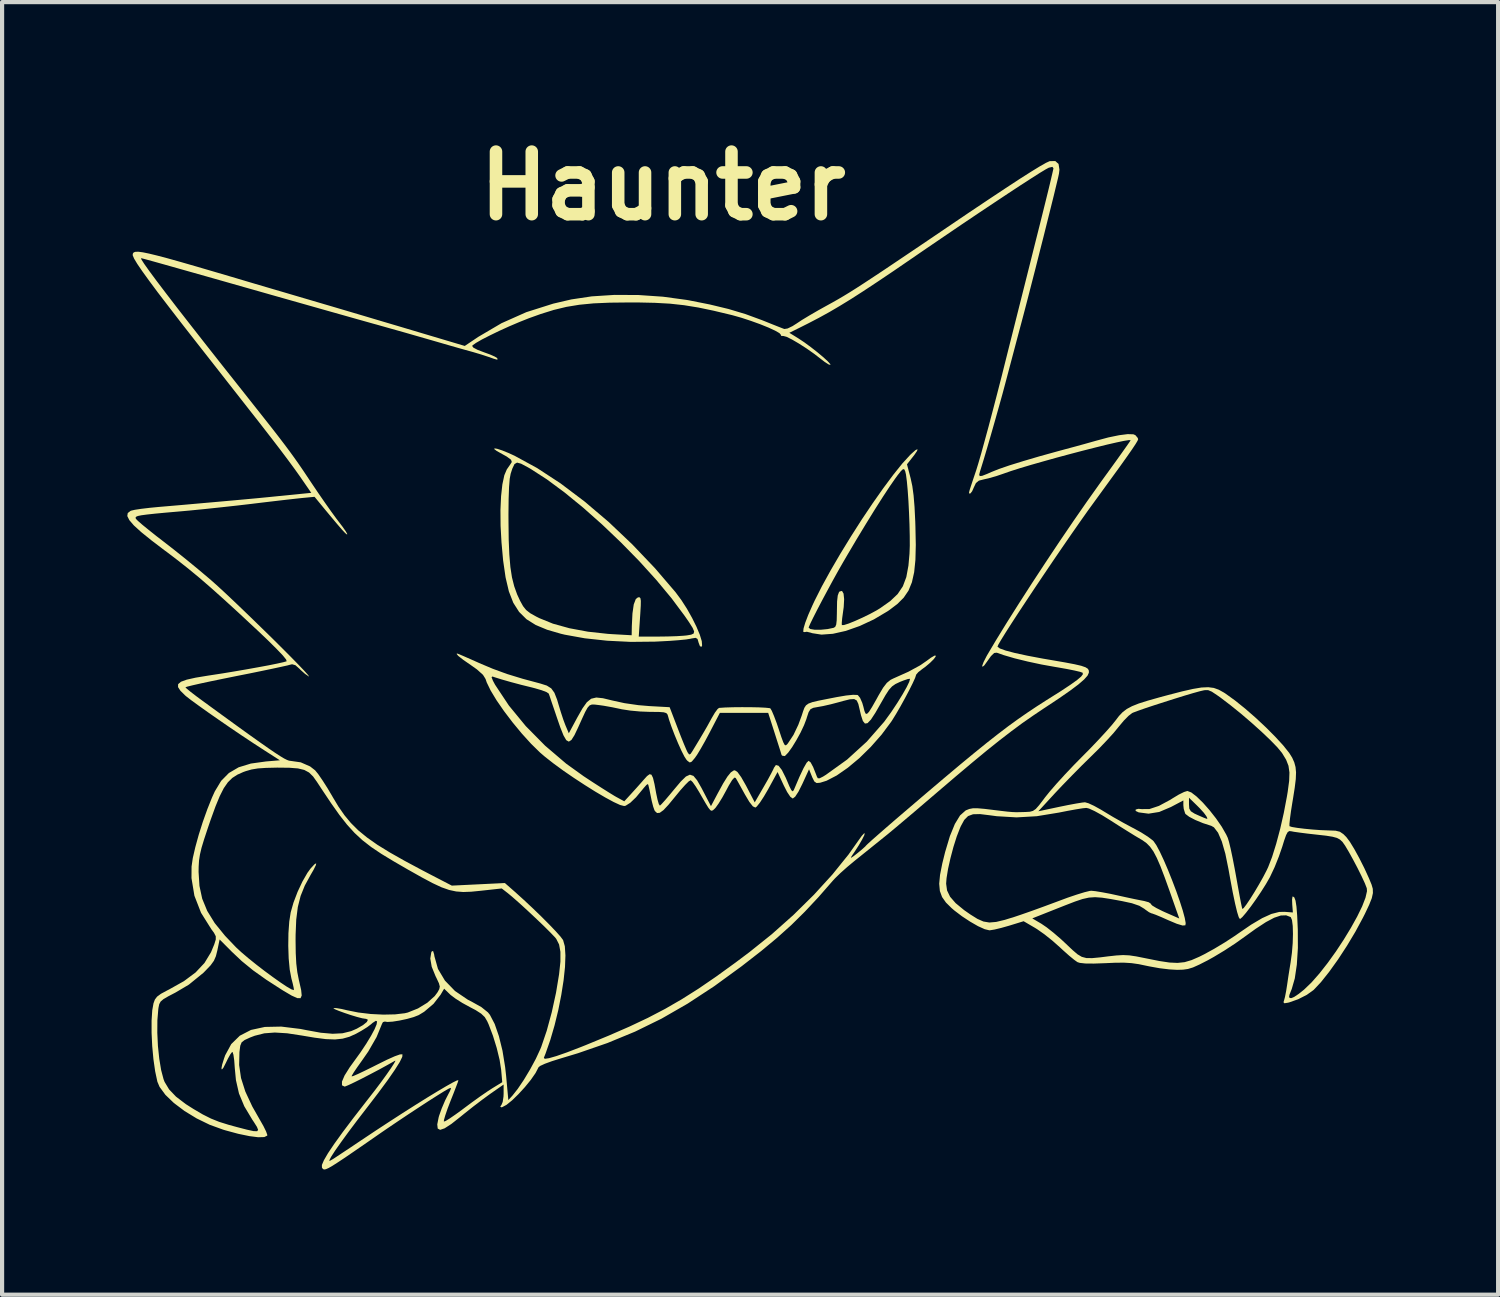
<source format=kicad_pcb>
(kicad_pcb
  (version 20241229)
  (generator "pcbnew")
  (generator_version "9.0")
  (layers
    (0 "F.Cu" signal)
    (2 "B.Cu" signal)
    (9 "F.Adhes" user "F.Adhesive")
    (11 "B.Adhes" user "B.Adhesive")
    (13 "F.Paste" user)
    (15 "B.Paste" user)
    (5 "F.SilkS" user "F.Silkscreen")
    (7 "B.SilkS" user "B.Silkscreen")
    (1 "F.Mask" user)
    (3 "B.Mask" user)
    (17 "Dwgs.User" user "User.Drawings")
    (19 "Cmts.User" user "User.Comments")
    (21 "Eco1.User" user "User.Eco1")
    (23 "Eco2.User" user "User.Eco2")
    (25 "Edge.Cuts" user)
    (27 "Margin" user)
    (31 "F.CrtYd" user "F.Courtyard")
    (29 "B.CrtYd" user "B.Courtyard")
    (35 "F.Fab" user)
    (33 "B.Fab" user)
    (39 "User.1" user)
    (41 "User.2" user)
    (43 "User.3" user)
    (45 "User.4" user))
  (footprint "Haunter"
    (layer "F.Cu")
    (at 14.677 22.044)
    (property "Reference" "Haunter" (at -1.843 -20.64 0) (layer "F.SilkS") (effects (font (size 1.5 1.5) (thickness 0.3))))
    (attr board_only exclude_from_pos_files exclude_from_bom)
    (fp_poly (pts (xy 4.248 -14.292) (xy 4.179 -14.19) (xy 4.135 -14.134) (xy 4.005 -13.969) (xy 4.093 -13.631) (xy 4.133 -13.446) (xy 4.163 -13.224) (xy 4.186 -12.947) (xy 4.203 -12.602) (xy 4.207 -12.476) (xy 4.216 -12.039) (xy 4.207 -11.678) (xy 4.177 -11.383) (xy 4.123 -11.142) (xy 4.041 -10.942) (xy 3.926 -10.773) (xy 3.774 -10.622) (xy 3.583 -10.477) (xy 3.542 -10.449) (xy 3.212 -10.253) (xy 2.873 -10.095) (xy 2.541 -9.978) (xy 2.23 -9.908) (xy 1.956 -9.888) (xy 1.732 -9.923) (xy 1.701 -9.934) (xy 1.604 -9.957) (xy 1.55 -9.948) (xy 1.519 -9.956) (xy 1.526 -10.033) (xy 1.532 -10.055) (xy 1.649 -10.055) (xy 1.689 -10.022) (xy 1.794 -10.005) (xy 1.94 -10.005) (xy 2.103 -10.021) (xy 2.247 -10.051) (xy 2.285 -10.074) (xy 2.309 -10.128) (xy 2.321 -10.23) (xy 2.325 -10.4) (xy 2.326 -10.47) (xy 2.33 -10.685) (xy 2.346 -10.825) (xy 2.375 -10.904) (xy 2.391 -10.922) (xy 2.448 -10.935) (xy 2.485 -10.871) (xy 2.499 -10.738) (xy 2.489 -10.549) (xy 2.473 -10.433) (xy 2.452 -10.279) (xy 2.442 -10.165) (xy 2.444 -10.116) (xy 2.496 -10.118) (xy 2.609 -10.154) (xy 2.762 -10.216) (xy 2.938 -10.295) (xy 3.116 -10.382) (xy 3.277 -10.469) (xy 3.365 -10.523) (xy 3.604 -10.692) (xy 3.781 -10.86) (xy 3.906 -11.046) (xy 3.989 -11.267) (xy 4.04 -11.543) (xy 4.065 -11.826) (xy 4.072 -12.015) (xy 4.071 -12.253) (xy 4.065 -12.523) (xy 4.054 -12.806) (xy 4.04 -13.086) (xy 4.022 -13.344) (xy 4.002 -13.562) (xy 3.981 -13.723) (xy 3.963 -13.801) (xy 3.94 -13.848) (xy 3.91 -13.853) (xy 3.861 -13.809) (xy 3.779 -13.705) (xy 3.718 -13.621) (xy 3.589 -13.435) (xy 3.424 -13.184) (xy 3.232 -12.882) (xy 3.022 -12.542) (xy 2.802 -12.179) (xy 2.581 -11.805) (xy 2.473 -11.62) (xy 2.355 -11.414) (xy 2.227 -11.183) (xy 2.096 -10.941) (xy 1.969 -10.704) (xy 1.854 -10.484) (xy 1.758 -10.295) (xy 1.688 -10.152) (xy 1.652 -10.069) (xy 1.649 -10.055) (xy 1.532 -10.055) (xy 1.567 -10.172) (xy 1.639 -10.361) (xy 1.74 -10.59) (xy 1.789 -10.695) (xy 1.965 -11.044) (xy 2.175 -11.426) (xy 2.41 -11.829) (xy 2.662 -12.24) (xy 2.922 -12.647) (xy 3.184 -13.037) (xy 3.439 -13.399) (xy 3.678 -13.72) (xy 3.893 -13.988) (xy 4.077 -14.189) (xy 4.103 -14.215) (xy 4.208 -14.308) (xy 4.257 -14.332)) (stroke (width 0) (type solid)) (fill yes) (layer "F.SilkS"))
    (fp_poly (pts (xy -5.812 -14.34) (xy -5.698 -14.303) (xy -5.545 -14.241) (xy -5.398 -14.174) (xy -4.859 -13.88) (xy -4.296 -13.512) (xy -3.721 -13.078) (xy -3.145 -12.589) (xy -2.579 -12.052) (xy -2.033 -11.479) (xy -1.542 -10.906) (xy -1.402 -10.717) (xy -1.267 -10.507) (xy -1.144 -10.288) (xy -1.039 -10.076) (xy -0.959 -9.885) (xy -0.912 -9.731) (xy -0.904 -9.627) (xy -0.923 -9.593) (xy -0.957 -9.614) (xy -0.989 -9.697) (xy -0.989 -9.7) (xy -1.014 -9.784) (xy -1.058 -9.811) (xy -1.15 -9.797) (xy -1.185 -9.789) (xy -1.289 -9.772) (xy -1.462 -9.755) (xy -1.684 -9.738) (xy -1.933 -9.725) (xy -2.036 -9.72) (xy -2.614 -9.714) (xy -3.181 -9.742) (xy -3.715 -9.8) (xy -4.192 -9.886) (xy -4.289 -9.909) (xy -4.618 -10.005) (xy -4.89 -10.118) (xy -5.112 -10.257) (xy -5.289 -10.432) (xy -5.428 -10.65) (xy -5.534 -10.923) (xy -5.613 -11.259) (xy -5.672 -11.666) (xy -5.711 -12.1) (xy -5.733 -12.498) (xy -5.735 -12.766) (xy -5.544 -12.766) (xy -5.543 -12.593) (xy -5.538 -12.16) (xy -5.523 -11.803) (xy -5.498 -11.507) (xy -5.46 -11.26) (xy -5.406 -11.046) (xy -5.336 -10.851) (xy -5.265 -10.698) (xy -5.194 -10.57) (xy -5.121 -10.478) (xy -5.024 -10.402) (xy -4.876 -10.319) (xy -4.802 -10.282) (xy -4.477 -10.15) (xy -4.083 -10.041) (xy -3.638 -9.958) (xy -3.161 -9.906) (xy -3.054 -9.899) (xy -2.592 -9.873) (xy -2.588 -10.094) (xy -2.573 -10.395) (xy -2.542 -10.611) (xy -2.493 -10.74) (xy -2.441 -10.781) (xy -2.404 -10.783) (xy -2.382 -10.76) (xy -2.372 -10.698) (xy -2.374 -10.581) (xy -2.385 -10.395) (xy -2.39 -10.319) (xy -2.422 -9.841) (xy -1.95 -9.841) (xy -1.726 -9.844) (xy -1.512 -9.851) (xy -1.34 -9.862) (xy -1.271 -9.869) (xy -1.166 -9.887) (xy -1.107 -9.914) (xy -1.095 -9.965) (xy -1.132 -10.051) (xy -1.218 -10.187) (xy -1.322 -10.337) (xy -1.637 -10.76) (xy -2.004 -11.201) (xy -2.412 -11.651) (xy -2.848 -12.096) (xy -3.299 -12.526) (xy -3.753 -12.929) (xy -4.198 -13.293) (xy -4.622 -13.607) (xy -5.012 -13.859) (xy -5.089 -13.903) (xy -5.242 -13.984) (xy -5.338 -14.01) (xy -5.4 -13.974) (xy -5.451 -13.866) (xy -5.491 -13.744) (xy -5.514 -13.621) (xy -5.53 -13.42) (xy -5.54 -13.136) (xy -5.544 -12.766) (xy -5.735 -12.766) (xy -5.736 -12.87) (xy -5.721 -13.204) (xy -5.69 -13.487) (xy -5.643 -13.707) (xy -5.582 -13.85) (xy -5.577 -13.856) (xy -5.508 -13.955) (xy -5.464 -14.024) (xy -5.482 -14.078) (xy -5.586 -14.155) (xy -5.692 -14.214) (xy -5.826 -14.289) (xy -5.885 -14.334) (xy -5.877 -14.351)) (stroke (width 0) (type solid)) (fill yes) (layer "F.SilkS"))
    (fp_poly (pts (xy -6.725 -9.418) (xy -6.613 -9.37) (xy -6.451 -9.299) (xy -6.258 -9.213) (xy -6.248 -9.208) (xy -5.918 -9.069) (xy -5.579 -8.945) (xy -5.203 -8.83) (xy -4.779 -8.716) (xy -4.625 -8.667) (xy -4.519 -8.6) (xy -4.443 -8.495) (xy -4.379 -8.331) (xy -4.347 -8.223) (xy -4.289 -8.031) (xy -4.228 -7.846) (xy -4.176 -7.708) (xy -4.175 -7.707) (xy -4.098 -7.524) (xy -3.893 -7.905) (xy -3.769 -8.123) (xy -3.665 -8.269) (xy -3.562 -8.352) (xy -3.44 -8.381) (xy -3.28 -8.364) (xy -3.064 -8.312) (xy -3.057 -8.31) (xy -2.764 -8.246) (xy -2.431 -8.198) (xy -2.171 -8.176) (xy -1.682 -8.149) (xy -1.492 -7.653) (xy -1.413 -7.449) (xy -1.341 -7.27) (xy -1.284 -7.136) (xy -1.254 -7.071) (xy -1.215 -7.016) (xy -1.181 -7.029) (xy -1.138 -7.093) (xy -0.988 -7.341) (xy -0.874 -7.533) (xy -0.784 -7.688) (xy -0.708 -7.826) (xy -0.673 -7.89) (xy -0.598 -8.017) (xy -0.533 -8.105) (xy -0.498 -8.132) (xy -0.352 -8.142) (xy -0.163 -8.148) (xy 0.049 -8.15) (xy 0.262 -8.149) (xy 0.457 -8.145) (xy 0.613 -8.137) (xy 0.71 -8.127) (xy 0.731 -8.121) (xy 0.766 -8.062) (xy 0.819 -7.937) (xy 0.883 -7.767) (xy 0.929 -7.631) (xy 0.995 -7.432) (xy 1.041 -7.308) (xy 1.074 -7.246) (xy 1.102 -7.234) (xy 1.133 -7.26) (xy 1.152 -7.283) (xy 1.286 -7.486) (xy 1.401 -7.727) (xy 1.482 -7.946) (xy 1.517 -8.055) (xy 1.547 -8.135) (xy 1.585 -8.193) (xy 1.645 -8.236) (xy 1.74 -8.271) (xy 1.884 -8.305) (xy 2.091 -8.346) (xy 2.326 -8.392) (xy 2.545 -8.429) (xy 2.713 -8.446) (xy 2.815 -8.442) (xy 2.828 -8.438) (xy 2.88 -8.374) (xy 2.933 -8.254) (xy 2.959 -8.165) (xy 2.986 -8.058) (xy 3.012 -7.997) (xy 3.045 -7.988) (xy 3.094 -8.037) (xy 3.166 -8.151) (xy 3.27 -8.334) (xy 3.326 -8.436) (xy 3.433 -8.616) (xy 3.522 -8.732) (xy 3.611 -8.804) (xy 3.673 -8.835) (xy 4.039 -8.999) (xy 4.317 -9.15) (xy 4.47 -9.255) (xy 4.579 -9.335) (xy 4.662 -9.383) (xy 4.686 -9.39) (xy 4.694 -9.365) (xy 4.647 -9.301) (xy 4.56 -9.214) (xy 4.449 -9.12) (xy 4.372 -9.064) (xy 4.276 -8.989) (xy 4.224 -8.928) (xy 4.221 -8.916) (xy 4.199 -8.849) (xy 4.141 -8.722) (xy 4.057 -8.554) (xy 3.956 -8.363) (xy 3.848 -8.167) (xy 3.742 -7.985) (xy 3.649 -7.834) (xy 3.625 -7.798) (xy 3.396 -7.491) (xy 3.138 -7.198) (xy 2.864 -6.929) (xy 2.587 -6.698) (xy 2.321 -6.513) (xy 2.078 -6.387) (xy 1.924 -6.339) (xy 1.839 -6.332) (xy 1.785 -6.369) (xy 1.735 -6.469) (xy 1.728 -6.487) (xy 1.658 -6.661) (xy 1.498 -6.311) (xy 1.404 -6.124) (xy 1.326 -6.005) (xy 1.269 -5.961) (xy 1.268 -5.961) (xy 1.21 -6.002) (xy 1.133 -6.117) (xy 1.051 -6.278) (xy 0.904 -6.596) (xy 0.675 -6.177) (xy 0.573 -6.003) (xy 0.48 -5.861) (xy 0.407 -5.77) (xy 0.373 -5.744) (xy 0.312 -5.773) (xy 0.227 -5.881) (xy 0.121 -6.06) (xy 0.032 -6.221) (xy -0.043 -6.356) (xy -0.092 -6.442) (xy -0.099 -6.454) (xy -0.131 -6.462) (xy -0.184 -6.404) (xy -0.263 -6.275) (xy -0.325 -6.158) (xy -0.419 -5.987) (xy -0.51 -5.839) (xy -0.582 -5.739) (xy -0.601 -5.719) (xy -0.641 -5.682) (xy -0.673 -5.667) (xy -0.708 -5.682) (xy -0.754 -5.74) (xy -0.821 -5.849) (xy -0.921 -6.022) (xy -0.975 -6.116) (xy -1.059 -6.253) (xy -1.131 -6.355) (xy -1.177 -6.399) (xy -1.223 -6.373) (xy -1.31 -6.287) (xy -1.426 -6.157) (xy -1.548 -6.008) (xy -1.71 -5.811) (xy -1.83 -5.683) (xy -1.918 -5.619) (xy -1.983 -5.613) (xy -2.033 -5.659) (xy -2.045 -5.679) (xy -2.076 -5.766) (xy -2.112 -5.906) (xy -2.136 -6.025) (xy -2.165 -6.169) (xy -2.189 -6.272) (xy -2.202 -6.308) (xy -2.237 -6.287) (xy -2.303 -6.213) (xy -2.332 -6.177) (xy -2.487 -5.991) (xy -2.625 -5.859) (xy -2.735 -5.789) (xy -2.772 -5.781) (xy -2.869 -5.806) (xy -3.025 -5.878) (xy -3.226 -5.987) (xy -3.461 -6.125) (xy -3.715 -6.284) (xy -3.976 -6.455) (xy -4.231 -6.63) (xy -4.466 -6.802) (xy -4.669 -6.961) (xy -4.788 -7.063) (xy -5.003 -7.274) (xy -5.226 -7.52) (xy -5.445 -7.785) (xy -5.65 -8.055) (xy -5.829 -8.314) (xy -5.971 -8.549) (xy -6.065 -8.743) (xy -6.092 -8.823) (xy -6.119 -8.868) (xy -5.949 -8.868) (xy -5.916 -8.783) (xy -5.865 -8.688) (xy -5.534 -8.189) (xy -5.129 -7.696) (xy -4.666 -7.227) (xy -4.162 -6.797) (xy -3.742 -6.495) (xy -3.523 -6.351) (xy -3.313 -6.216) (xy -3.132 -6.102) (xy -3 -6.021) (xy -2.963 -6) (xy -2.769 -5.894) (xy -2.602 -6.076) (xy -2.478 -6.213) (xy -2.356 -6.35) (xy -2.31 -6.403) (xy -2.224 -6.498) (xy -2.163 -6.543) (xy -2.118 -6.532) (xy -2.081 -6.456) (xy -2.045 -6.307) (xy -2.004 -6.083) (xy -1.972 -5.933) (xy -1.941 -5.828) (xy -1.916 -5.79) (xy -1.915 -5.79) (xy -1.874 -5.829) (xy -1.79 -5.922) (xy -1.676 -6.056) (xy -1.575 -6.178) (xy -1.414 -6.369) (xy -1.292 -6.488) (xy -1.196 -6.532) (xy -1.111 -6.503) (xy -1.024 -6.398) (xy -0.921 -6.218) (xy -0.886 -6.151) (xy -0.692 -5.778) (xy -0.53 -6.084) (xy -0.4 -6.322) (xy -0.297 -6.487) (xy -0.216 -6.587) (xy -0.149 -6.632) (xy -0.119 -6.637) (xy -0.056 -6.595) (xy 0.033 -6.472) (xy 0.147 -6.272) (xy 0.157 -6.253) (xy 0.357 -5.869) (xy 0.573 -6.242) (xy 0.671 -6.413) (xy 0.752 -6.563) (xy 0.805 -6.667) (xy 0.817 -6.697) (xy 0.864 -6.764) (xy 0.928 -6.746) (xy 1.007 -6.644) (xy 1.099 -6.461) (xy 1.119 -6.415) (xy 1.188 -6.252) (xy 1.234 -6.161) (xy 1.264 -6.133) (xy 1.289 -6.156) (xy 1.304 -6.19) (xy 1.428 -6.48) (xy 1.527 -6.69) (xy 1.601 -6.819) (xy 1.647 -6.864) (xy 1.648 -6.864) (xy 1.696 -6.827) (xy 1.757 -6.714) (xy 1.834 -6.519) (xy 1.844 -6.49) (xy 1.868 -6.447) (xy 1.91 -6.445) (xy 1.993 -6.486) (xy 2.065 -6.531) (xy 2.57 -6.894) (xy 3.042 -7.324) (xy 3.458 -7.799) (xy 3.628 -8.033) (xy 3.775 -8.255) (xy 3.9 -8.458) (xy 3.997 -8.629) (xy 4.058 -8.755) (xy 4.077 -8.824) (xy 4.074 -8.83) (xy 4.026 -8.824) (xy 3.922 -8.789) (xy 3.834 -8.754) (xy 3.728 -8.704) (xy 3.647 -8.647) (xy 3.573 -8.565) (xy 3.491 -8.439) (xy 3.386 -8.256) (xy 3.247 -8.014) (xy 3.141 -7.852) (xy 3.06 -7.767) (xy 2.998 -7.757) (xy 2.948 -7.819) (xy 2.904 -7.953) (xy 2.871 -8.093) (xy 2.839 -8.228) (xy 2.801 -8.31) (xy 2.739 -8.344) (xy 2.635 -8.338) (xy 2.471 -8.297) (xy 2.371 -8.269) (xy 2.181 -8.219) (xy 1.992 -8.176) (xy 1.874 -8.155) (xy 1.76 -8.134) (xy 1.692 -8.1) (xy 1.648 -8.03) (xy 1.605 -7.901) (xy 1.595 -7.866) (xy 1.538 -7.717) (xy 1.455 -7.541) (xy 1.355 -7.359) (xy 1.253 -7.192) (xy 1.159 -7.061) (xy 1.087 -6.986) (xy 1.072 -6.978) (xy 1.011 -6.989) (xy 0.998 -7.011) (xy 0.979 -7.075) (xy 0.938 -7.204) (xy 0.882 -7.379) (xy 0.831 -7.54) (xy 0.679 -8.014) (xy 0.101 -8.014) (xy -0.478 -8.014) (xy -0.725 -7.539) (xy -0.833 -7.337) (xy -0.938 -7.152) (xy -1.026 -7.006) (xy -1.08 -6.93) (xy -1.152 -6.845) (xy -1.199 -6.824) (xy -1.249 -6.859) (xy -1.276 -6.886) (xy -1.327 -6.964) (xy -1.399 -7.105) (xy -1.481 -7.287) (xy -1.564 -7.487) (xy -1.639 -7.683) (xy -1.697 -7.852) (xy -1.715 -7.917) (xy -1.732 -7.973) (xy -1.762 -8.008) (xy -1.824 -8.027) (xy -1.936 -8.035) (xy -2.116 -8.037) (xy -2.157 -8.037) (xy -2.387 -8.046) (xy -2.625 -8.068) (xy -2.827 -8.099) (xy -2.863 -8.107) (xy -3.06 -8.148) (xy -3.261 -8.184) (xy -3.383 -8.201) (xy -3.477 -8.212) (xy -3.546 -8.213) (xy -3.6 -8.192) (xy -3.649 -8.137) (xy -3.705 -8.036) (xy -3.779 -7.876) (xy -3.876 -7.661) (xy -3.963 -7.478) (xy -4.035 -7.364) (xy -4.098 -7.324) (xy -4.159 -7.359) (xy -4.225 -7.473) (xy -4.303 -7.668) (xy -4.376 -7.879) (xy -4.447 -8.089) (xy -4.509 -8.27) (xy -4.554 -8.405) (xy -4.578 -8.473) (xy -4.579 -8.475) (xy -4.63 -8.51) (xy -4.747 -8.555) (xy -4.91 -8.603) (xy -4.983 -8.622) (xy -5.234 -8.684) (xy -5.482 -8.75) (xy -5.703 -8.813) (xy -5.873 -8.866) (xy -5.928 -8.885) (xy -5.949 -8.868) (xy -6.119 -8.868) (xy -6.155 -8.925) (xy -6.3 -9.055) (xy -6.434 -9.15) (xy -6.63 -9.286) (xy -6.747 -9.378) (xy -6.787 -9.427) (xy -6.772 -9.435)) (stroke (width 0) (type solid)) (fill yes) (layer "F.SilkS"))
    (fp_poly (pts (xy 11.356 -8.611) (xy 11.476 -8.568) (xy 11.598 -8.5) (xy 11.641 -8.472) (xy 11.864 -8.311) (xy 12.109 -8.114) (xy 12.36 -7.895) (xy 12.605 -7.666) (xy 12.829 -7.441) (xy 13.02 -7.233) (xy 13.163 -7.054) (xy 13.235 -6.939) (xy 13.285 -6.826) (xy 13.315 -6.715) (xy 13.327 -6.588) (xy 13.321 -6.427) (xy 13.295 -6.216) (xy 13.251 -5.937) (xy 13.24 -5.873) (xy 13.206 -5.66) (xy 13.182 -5.482) (xy 13.169 -5.356) (xy 13.169 -5.299) (xy 13.17 -5.298) (xy 13.228 -5.279) (xy 13.354 -5.258) (xy 13.525 -5.237) (xy 13.72 -5.218) (xy 13.916 -5.204) (xy 14.091 -5.197) (xy 14.118 -5.196) (xy 14.274 -5.19) (xy 14.377 -5.165) (xy 14.461 -5.108) (xy 14.532 -5.037) (xy 14.616 -4.925) (xy 14.723 -4.75) (xy 14.842 -4.533) (xy 14.963 -4.293) (xy 15.073 -4.053) (xy 15.137 -3.898) (xy 15.166 -3.798) (xy 15.169 -3.696) (xy 15.142 -3.573) (xy 15.079 -3.414) (xy 14.978 -3.2) (xy 14.93 -3.105) (xy 14.75 -2.771) (xy 14.547 -2.432) (xy 14.334 -2.106) (xy 14.122 -1.81) (xy 13.924 -1.561) (xy 13.751 -1.377) (xy 13.743 -1.37) (xy 13.585 -1.257) (xy 13.379 -1.152) (xy 13.167 -1.077) (xy 13.136 -1.069) (xy 13.048 -1.055) (xy 13.026 -1.08) (xy 13.039 -1.12) (xy 13.062 -1.206) (xy 13.09 -1.349) (xy 13.113 -1.495) (xy 13.143 -1.7) (xy 13.177 -1.914) (xy 13.197 -2.036) (xy 13.228 -2.263) (xy 13.247 -2.496) (xy 13.253 -2.717) (xy 13.248 -2.908) (xy 13.23 -3.048) (xy 13.2 -3.119) (xy 13.197 -3.121) (xy 13.091 -3.162) (xy 12.963 -3.158) (xy 12.804 -3.105) (xy 12.606 -3) (xy 12.36 -2.839) (xy 12.095 -2.648) (xy 11.867 -2.486) (xy 11.608 -2.317) (xy 11.357 -2.166) (xy 11.21 -2.084) (xy 11.008 -1.981) (xy 10.859 -1.914) (xy 10.738 -1.877) (xy 10.619 -1.86) (xy 10.478 -1.856) (xy 10.474 -1.856) (xy 10.288 -1.867) (xy 10.056 -1.895) (xy 9.822 -1.937) (xy 9.758 -1.95) (xy 9.558 -1.992) (xy 9.383 -2.017) (xy 9.203 -2.028) (xy 8.987 -2.026) (xy 8.766 -2.016) (xy 8.482 -2.006) (xy 8.278 -2.008) (xy 8.145 -2.023) (xy 8.089 -2.041) (xy 8.013 -2.095) (xy 7.892 -2.194) (xy 7.747 -2.323) (xy 7.666 -2.398) (xy 7.489 -2.555) (xy 7.297 -2.708) (xy 7.122 -2.831) (xy 7.072 -2.862) (xy 6.8 -3.021) (xy 6.446 -2.912) (xy 6.265 -2.861) (xy 6.104 -2.822) (xy 5.994 -2.804) (xy 5.979 -2.803) (xy 5.867 -2.83) (xy 5.706 -2.903) (xy 5.518 -3.011) (xy 5.322 -3.14) (xy 5.139 -3.279) (xy 5.074 -3.335) (xy 4.939 -3.468) (xy 4.846 -3.6) (xy 4.793 -3.744) (xy 4.777 -3.917) (xy 4.777 -3.921) (xy 4.943 -3.921) (xy 4.965 -3.759) (xy 5.038 -3.607) (xy 5.171 -3.454) (xy 5.374 -3.287) (xy 5.526 -3.181) (xy 5.693 -3.077) (xy 5.836 -3.014) (xy 5.978 -2.99) (xy 6.142 -3.004) (xy 6.35 -3.054) (xy 6.462 -3.089) (xy 7.007 -3.089) (xy 7.226 -2.96) (xy 7.352 -2.874) (xy 7.517 -2.744) (xy 7.696 -2.59) (xy 7.815 -2.479) (xy 7.971 -2.331) (xy 8.09 -2.229) (xy 8.194 -2.167) (xy 8.305 -2.138) (xy 8.444 -2.137) (xy 8.635 -2.155) (xy 8.824 -2.179) (xy 9.025 -2.201) (xy 9.184 -2.21) (xy 9.331 -2.203) (xy 9.499 -2.178) (xy 9.719 -2.134) (xy 9.749 -2.128) (xy 10.055 -2.067) (xy 10.294 -2.031) (xy 10.488 -2.022) (xy 10.657 -2.04) (xy 10.823 -2.089) (xy 11.007 -2.169) (xy 11.133 -2.232) (xy 11.369 -2.362) (xy 11.63 -2.519) (xy 11.87 -2.676) (xy 11.935 -2.722) (xy 12.252 -2.939) (xy 12.516 -3.095) (xy 12.736 -3.195) (xy 12.923 -3.243) (xy 13.05 -3.246) (xy 13.251 -3.231) (xy 13.236 -3.423) (xy 13.232 -3.54) (xy 13.242 -3.608) (xy 13.25 -3.615) (xy 13.286 -3.591) (xy 13.315 -3.513) (xy 13.337 -3.372) (xy 13.354 -3.159) (xy 13.367 -2.865) (xy 13.369 -2.831) (xy 13.371 -2.379) (xy 13.346 -1.982) (xy 13.297 -1.65) (xy 13.223 -1.393) (xy 13.217 -1.38) (xy 13.169 -1.259) (xy 13.159 -1.2) (xy 13.184 -1.181) (xy 13.217 -1.179) (xy 13.282 -1.207) (xy 13.39 -1.279) (xy 13.518 -1.381) (xy 13.52 -1.383) (xy 13.697 -1.553) (xy 13.888 -1.77) (xy 14.085 -2.021) (xy 14.282 -2.295) (xy 14.47 -2.58) (xy 14.642 -2.863) (xy 14.792 -3.133) (xy 14.911 -3.377) (xy 14.991 -3.584) (xy 15.027 -3.741) (xy 15.022 -3.812) (xy 14.976 -3.93) (xy 14.898 -4.098) (xy 14.801 -4.294) (xy 14.695 -4.495) (xy 14.592 -4.681) (xy 14.503 -4.831) (xy 14.439 -4.922) (xy 14.434 -4.927) (xy 14.377 -4.979) (xy 14.306 -5.017) (xy 14.203 -5.045) (xy 14.05 -5.07) (xy 13.826 -5.095) (xy 13.818 -5.096) (xy 13.604 -5.12) (xy 13.416 -5.144) (xy 13.276 -5.164) (xy 13.214 -5.176) (xy 13.166 -5.181) (xy 13.127 -5.156) (xy 13.089 -5.086) (xy 13.043 -4.956) (xy 12.996 -4.804) (xy 12.915 -4.57) (xy 12.814 -4.317) (xy 12.71 -4.096) (xy 12.695 -4.066) (xy 12.604 -3.908) (xy 12.491 -3.729) (xy 12.367 -3.545) (xy 12.243 -3.372) (xy 12.13 -3.225) (xy 12.041 -3.121) (xy 11.987 -3.075) (xy 11.982 -3.074) (xy 11.954 -3.117) (xy 11.915 -3.243) (xy 11.867 -3.442) (xy 11.811 -3.709) (xy 11.75 -4.035) (xy 11.708 -4.269) (xy 11.633 -4.638) (xy 11.549 -4.93) (xy 11.458 -5.142) (xy 11.36 -5.27) (xy 11.297 -5.306) (xy 11.097 -5.371) (xy 10.913 -5.447) (xy 10.767 -5.523) (xy 10.68 -5.589) (xy 10.67 -5.603) (xy 10.636 -5.713) (xy 10.627 -5.8) (xy 10.627 -5.818) (xy 10.762 -5.818) (xy 10.769 -5.72) (xy 10.806 -5.656) (xy 10.892 -5.601) (xy 10.976 -5.562) (xy 11.114 -5.502) (xy 11.184 -5.475) (xy 11.204 -5.481) (xy 11.188 -5.518) (xy 11.173 -5.544) (xy 11.118 -5.619) (xy 11.021 -5.726) (xy 10.946 -5.801) (xy 10.762 -5.98) (xy 10.762 -5.818) (xy 10.627 -5.818) (xy 10.627 -5.915) (xy 10.33 -5.758) (xy 10.049 -5.639) (xy 9.793 -5.598) (xy 9.556 -5.629) (xy 9.483 -5.664) (xy 9.485 -5.697) (xy 9.548 -5.714) (xy 9.632 -5.707) (xy 9.815 -5.709) (xy 10.041 -5.784) (xy 10.313 -5.93) (xy 10.371 -5.967) (xy 10.517 -6.055) (xy 10.643 -6.117) (xy 10.723 -6.142) (xy 10.724 -6.142) (xy 10.818 -6.106) (xy 10.946 -6.007) (xy 11.096 -5.861) (xy 11.254 -5.682) (xy 11.409 -5.485) (xy 11.547 -5.285) (xy 11.655 -5.096) (xy 11.691 -5.019) (xy 11.72 -4.924) (xy 11.76 -4.759) (xy 11.806 -4.541) (xy 11.855 -4.289) (xy 11.89 -4.098) (xy 11.935 -3.847) (xy 11.975 -3.628) (xy 12.008 -3.456) (xy 12.031 -3.347) (xy 12.041 -3.314) (xy 12.074 -3.338) (xy 12.14 -3.425) (xy 12.23 -3.559) (xy 12.333 -3.723) (xy 12.439 -3.902) (xy 12.539 -4.079) (xy 12.622 -4.239) (xy 12.658 -4.315) (xy 12.753 -4.561) (xy 12.851 -4.875) (xy 12.947 -5.234) (xy 13.034 -5.618) (xy 13.107 -6.002) (xy 13.127 -6.121) (xy 13.162 -6.384) (xy 13.169 -6.584) (xy 13.146 -6.745) (xy 13.089 -6.891) (xy 12.994 -7.047) (xy 12.987 -7.057) (xy 12.879 -7.188) (xy 12.713 -7.359) (xy 12.503 -7.559) (xy 12.264 -7.774) (xy 12.011 -7.991) (xy 11.756 -8.197) (xy 11.516 -8.38) (xy 11.434 -8.438) (xy 11.309 -8.521) (xy 11.221 -8.558) (xy 11.133 -8.557) (xy 11.028 -8.533) (xy 10.865 -8.488) (xy 10.656 -8.426) (xy 10.418 -8.352) (xy 10.169 -8.273) (xy 9.927 -8.195) (xy 9.71 -8.123) (xy 9.537 -8.062) (xy 9.425 -8.02) (xy 9.401 -8.009) (xy 9.315 -7.943) (xy 9.201 -7.828) (xy 9.082 -7.686) (xy 9.073 -7.675) (xy 8.96 -7.537) (xy 8.8 -7.361) (xy 8.615 -7.167) (xy 8.425 -6.979) (xy 8.411 -6.965) (xy 8.195 -6.753) (xy 7.956 -6.511) (xy 7.724 -6.272) (xy 7.554 -6.092) (xy 7.152 -5.655) (xy 7.66 -5.763) (xy 7.872 -5.806) (xy 8.061 -5.841) (xy 8.203 -5.864) (xy 8.27 -5.871) (xy 8.352 -5.848) (xy 8.486 -5.786) (xy 8.649 -5.696) (xy 8.726 -5.649) (xy 8.942 -5.519) (xy 9.186 -5.381) (xy 9.409 -5.261) (xy 9.436 -5.248) (xy 9.615 -5.149) (xy 9.776 -5.047) (xy 9.891 -4.96) (xy 9.913 -4.939) (xy 9.979 -4.844) (xy 10.063 -4.687) (xy 10.158 -4.484) (xy 10.259 -4.249) (xy 10.36 -3.996) (xy 10.457 -3.74) (xy 10.543 -3.495) (xy 10.613 -3.276) (xy 10.661 -3.098) (xy 10.683 -2.975) (xy 10.675 -2.923) (xy 10.608 -2.918) (xy 10.469 -2.96) (xy 10.269 -3.044) (xy 10.103 -3.118) (xy 9.966 -3.175) (xy 9.88 -3.206) (xy 9.865 -3.209) (xy 9.805 -3.236) (xy 9.712 -3.302) (xy 9.691 -3.319) (xy 9.572 -3.391) (xy 9.394 -3.452) (xy 9.158 -3.503) (xy 8.886 -3.553) (xy 8.678 -3.585) (xy 8.512 -3.597) (xy 8.364 -3.587) (xy 8.211 -3.553) (xy 8.03 -3.492) (xy 7.797 -3.402) (xy 7.678 -3.355) (xy 7.007 -3.089) (xy 6.462 -3.089) (xy 6.544 -3.113) (xy 6.737 -3.178) (xy 6.986 -3.265) (xy 7.262 -3.365) (xy 7.537 -3.467) (xy 7.615 -3.496) (xy 7.854 -3.585) (xy 8.073 -3.659) (xy 8.255 -3.715) (xy 8.381 -3.746) (xy 8.419 -3.751) (xy 8.52 -3.741) (xy 8.684 -3.714) (xy 8.885 -3.676) (xy 9.04 -3.642) (xy 9.257 -3.594) (xy 9.458 -3.551) (xy 9.618 -3.519) (xy 9.69 -3.505) (xy 9.795 -3.476) (xy 9.847 -3.442) (xy 9.848 -3.433) (xy 9.881 -3.397) (xy 9.98 -3.337) (xy 10.124 -3.265) (xy 10.183 -3.238) (xy 10.529 -3.086) (xy 10.305 -3.723) (xy 10.182 -4.065) (xy 10.08 -4.333) (xy 9.991 -4.538) (xy 9.91 -4.692) (xy 9.829 -4.806) (xy 9.743 -4.893) (xy 9.645 -4.963) (xy 9.597 -4.991) (xy 9.462 -5.071) (xy 9.278 -5.185) (xy 9.069 -5.316) (xy 8.89 -5.431) (xy 8.68 -5.561) (xy 8.5 -5.66) (xy 8.366 -5.721) (xy 8.303 -5.736) (xy 8.214 -5.727) (xy 8.058 -5.702) (xy 7.858 -5.666) (xy 7.64 -5.623) (xy 7.115 -5.537) (xy 6.63 -5.509) (xy 6.156 -5.537) (xy 5.992 -5.559) (xy 5.756 -5.588) (xy 5.588 -5.584) (xy 5.468 -5.54) (xy 5.377 -5.448) (xy 5.295 -5.298) (xy 5.277 -5.257) (xy 5.197 -5.051) (xy 5.118 -4.801) (xy 5.047 -4.533) (xy 4.989 -4.275) (xy 4.953 -4.054) (xy 4.943 -3.921) (xy 4.777 -3.921) (xy 4.797 -4.132) (xy 4.851 -4.405) (xy 4.919 -4.679) (xy 5.033 -5.06) (xy 5.152 -5.351) (xy 5.276 -5.555) (xy 5.407 -5.672) (xy 5.421 -5.68) (xy 5.5 -5.711) (xy 5.585 -5.727) (xy 5.699 -5.727) (xy 5.863 -5.713) (xy 6.035 -5.692) (xy 6.256 -5.665) (xy 6.411 -5.647) (xy 6.526 -5.637) (xy 6.624 -5.633) (xy 6.73 -5.635) (xy 6.847 -5.638) (xy 6.948 -5.644) (xy 7.023 -5.664) (xy 7.091 -5.711) (xy 7.17 -5.8) (xy 7.28 -5.944) (xy 7.311 -5.986) (xy 7.427 -6.13) (xy 7.591 -6.319) (xy 7.788 -6.535) (xy 8.002 -6.761) (xy 8.183 -6.945) (xy 8.393 -7.157) (xy 8.594 -7.368) (xy 8.773 -7.562) (xy 8.915 -7.723) (xy 8.999 -7.827) (xy 9.086 -7.94) (xy 9.173 -8.031) (xy 9.271 -8.106) (xy 9.396 -8.173) (xy 9.559 -8.238) (xy 9.775 -8.306) (xy 10.058 -8.386) (xy 10.266 -8.442) (xy 10.598 -8.528) (xy 10.858 -8.587) (xy 11.062 -8.621) (xy 11.223 -8.628)) (stroke (width 0) (type solid)) (fill yes) (layer "F.SilkS"))
    (fp_poly (pts (xy 7.637 -21.165) (xy 7.658 -21.029) (xy 7.646 -20.93) (xy 7.624 -20.829) (xy 7.581 -20.651) (xy 7.523 -20.41) (xy 7.45 -20.117) (xy 7.367 -19.785) (xy 7.277 -19.424) (xy 7.181 -19.047) (xy 7.085 -18.666) (xy 6.989 -18.293) (xy 6.898 -17.939) (xy 6.814 -17.616) (xy 6.74 -17.337) (xy 6.726 -17.285) (xy 6.643 -16.974) (xy 6.552 -16.63) (xy 6.462 -16.291) (xy 6.383 -15.992) (xy 6.361 -15.909) (xy 6.293 -15.655) (xy 6.209 -15.353) (xy 6.116 -15.023) (xy 6.02 -14.687) (xy 5.927 -14.367) (xy 5.843 -14.083) (xy 5.774 -13.859) (xy 5.755 -13.8) (xy 5.735 -13.722) (xy 5.748 -13.687) (xy 5.807 -13.693) (xy 5.925 -13.739) (xy 6.031 -13.786) (xy 6.207 -13.856) (xy 6.462 -13.944) (xy 6.788 -14.045) (xy 7.175 -14.159) (xy 7.615 -14.281) (xy 7.807 -14.333) (xy 8.034 -14.394) (xy 8.263 -14.457) (xy 8.458 -14.512) (xy 8.529 -14.532) (xy 8.83 -14.613) (xy 9.088 -14.666) (xy 9.291 -14.692) (xy 9.428 -14.688) (xy 9.477 -14.668) (xy 9.533 -14.602) (xy 9.544 -14.57) (xy 9.529 -14.532) (xy 9.481 -14.452) (xy 9.398 -14.327) (xy 9.275 -14.151) (xy 9.11 -13.919) (xy 8.898 -13.627) (xy 8.638 -13.269) (xy 8.507 -13.089) (xy 8.342 -12.862) (xy 8.155 -12.597) (xy 7.949 -12.302) (xy 7.732 -11.987) (xy 7.508 -11.659) (xy 7.285 -11.329) (xy 7.066 -11.003) (xy 6.859 -10.691) (xy 6.668 -10.402) (xy 6.501 -10.145) (xy 6.362 -9.927) (xy 6.257 -9.757) (xy 6.192 -9.645) (xy 6.173 -9.598) (xy 6.229 -9.557) (xy 6.37 -9.506) (xy 6.59 -9.448) (xy 6.886 -9.384) (xy 7.251 -9.315) (xy 7.491 -9.274) (xy 7.796 -9.221) (xy 8.022 -9.178) (xy 8.181 -9.141) (xy 8.284 -9.105) (xy 8.341 -9.068) (xy 8.363 -9.024) (xy 8.363 -8.975) (xy 8.331 -8.905) (xy 8.25 -8.814) (xy 8.114 -8.696) (xy 7.917 -8.548) (xy 7.654 -8.365) (xy 7.318 -8.142) (xy 7.281 -8.118) (xy 7.025 -7.946) (xy 6.769 -7.768) (xy 6.506 -7.573) (xy 6.224 -7.356) (xy 5.915 -7.109) (xy 5.569 -6.823) (xy 5.176 -6.492) (xy 4.726 -6.108) (xy 4.717 -6.1) (xy 4.45 -5.872) (xy 4.187 -5.647) (xy 3.94 -5.438) (xy 3.724 -5.256) (xy 3.551 -5.112) (xy 3.453 -5.033) (xy 3.258 -4.876) (xy 3.032 -4.694) (xy 2.814 -4.519) (xy 2.748 -4.466) (xy 2.574 -4.321) (xy 2.409 -4.174) (xy 2.279 -4.047) (xy 2.231 -3.995) (xy 1.884 -3.598) (xy 1.558 -3.25) (xy 1.234 -2.93) (xy 0.892 -2.623) (xy 0.512 -2.307) (xy 0.075 -1.967) (xy 0.047 -1.945) (xy -0.616 -1.462) (xy -1.251 -1.046) (xy -1.875 -0.687) (xy -2.509 -0.376) (xy -3.171 -0.103) (xy -3.879 0.142) (xy -4.293 0.267) (xy -4.501 0.332) (xy -4.671 0.394) (xy -4.784 0.446) (xy -4.823 0.478) (xy -4.895 0.617) (xy -5.009 0.781) (xy -5.151 0.955) (xy -5.305 1.123) (xy -5.456 1.27) (xy -5.591 1.379) (xy -5.694 1.434) (xy -5.718 1.438) (xy -5.741 1.418) (xy -5.714 1.384) (xy -5.682 1.309) (xy -5.663 1.181) (xy -5.66 1.11) (xy -5.66 0.892) (xy -5.987 1.12) (xy -6.17 1.254) (xy -6.387 1.419) (xy -6.601 1.589) (xy -6.693 1.664) (xy -6.911 1.836) (xy -7.073 1.941) (xy -7.181 1.978) (xy -7.239 1.947) (xy -7.25 1.847) (xy -7.217 1.68) (xy -7.206 1.641) (xy -7.144 1.466) (xy -7.061 1.272) (xy -7.014 1.179) (xy -6.947 1.05) (xy -6.921 0.986) (xy -6.934 0.972) (xy -6.984 0.995) (xy -7.088 1.055) (xy -7.252 1.157) (xy -7.461 1.29) (xy -7.7 1.446) (xy -7.954 1.613) (xy -8.208 1.783) (xy -8.449 1.946) (xy -8.592 2.044) (xy -8.945 2.289) (xy -9.231 2.486) (xy -9.457 2.641) (xy -9.632 2.757) (xy -9.762 2.84) (xy -9.855 2.893) (xy -9.918 2.921) (xy -9.959 2.928) (xy -9.985 2.919) (xy -10.003 2.898) (xy -10.013 2.883) (xy -10.014 2.819) (xy -9.969 2.713) (xy -9.838 2.713) (xy -9.824 2.721) (xy -9.749 2.678) (xy -9.733 2.668) (xy -9.651 2.614) (xy -9.511 2.521) (xy -9.331 2.402) (xy -9.129 2.266) (xy -9.066 2.224) (xy -8.736 2.004) (xy -8.405 1.787) (xy -8.082 1.578) (xy -7.775 1.383) (xy -7.492 1.206) (xy -7.242 1.054) (xy -7.034 0.931) (xy -6.875 0.842) (xy -6.776 0.793) (xy -6.743 0.789) (xy -6.758 0.838) (xy -6.801 0.952) (xy -6.864 1.115) (xy -6.931 1.283) (xy -7.004 1.473) (xy -7.058 1.631) (xy -7.089 1.74) (xy -7.092 1.78) (xy -7.048 1.765) (xy -6.948 1.703) (xy -6.806 1.605) (xy -6.636 1.481) (xy -6.622 1.47) (xy -6.423 1.322) (xy -6.223 1.178) (xy -6.047 1.057) (xy -5.936 0.985) (xy -5.693 0.836) (xy -5.719 0.539) (xy -5.756 0.301) (xy -5.825 0.017) (xy -5.916 -0.278) (xy -6.019 -0.549) (xy -6.054 -0.626) (xy -6.112 -0.724) (xy -6.198 -0.806) (xy -6.33 -0.891) (xy -6.469 -0.964) (xy -6.648 -1.062) (xy -6.812 -1.166) (xy -6.932 -1.256) (xy -6.944 -1.268) (xy -7.085 -1.404) (xy -7.171 -1.258) (xy -7.34 -1.041) (xy -7.564 -0.851) (xy -7.696 -0.771) (xy -7.816 -0.724) (xy -7.977 -0.679) (xy -8.154 -0.641) (xy -8.319 -0.615) (xy -8.446 -0.607) (xy -8.505 -0.617) (xy -8.551 -0.604) (xy -8.574 -0.562) (xy -8.704 -0.245) (xy -8.903 0.101) (xy -9.058 0.324) (xy -9.167 0.477) (xy -9.251 0.601) (xy -9.297 0.679) (xy -9.302 0.698) (xy -9.257 0.686) (xy -9.147 0.638) (xy -8.987 0.562) (xy -8.79 0.465) (xy -8.705 0.422) (xy -8.459 0.3) (xy -8.269 0.215) (xy -8.142 0.17) (xy -8.084 0.168) (xy -8.088 0.228) (xy -8.149 0.353) (xy -8.267 0.541) (xy -8.439 0.789) (xy -8.665 1.095) (xy -8.91 1.415) (xy -9.158 1.737) (xy -9.376 2.027) (xy -9.557 2.276) (xy -9.697 2.475) (xy -9.788 2.616) (xy -9.806 2.648) (xy -9.838 2.713) (xy -9.969 2.713) (xy -9.966 2.706) (xy -9.869 2.539) (xy -9.72 2.317) (xy -9.517 2.035) (xy -9.259 1.693) (xy -8.943 1.286) (xy -8.885 1.212) (xy -8.736 1.02) (xy -8.593 0.83) (xy -8.465 0.653) (xy -8.36 0.502) (xy -8.287 0.389) (xy -8.253 0.327) (xy -8.259 0.32) (xy -8.44 0.422) (xy -8.644 0.534) (xy -8.857 0.646) (xy -9.061 0.752) (xy -9.24 0.841) (xy -9.378 0.906) (xy -9.459 0.939) (xy -9.47 0.941) (xy -9.533 0.911) (xy -9.533 0.821) (xy -9.471 0.676) (xy -9.349 0.481) (xy -9.255 0.351) (xy -9.091 0.124) (xy -8.95 -0.088) (xy -8.836 -0.276) (xy -8.752 -0.433) (xy -8.703 -0.55) (xy -8.692 -0.621) (xy -8.722 -0.635) (xy -8.798 -0.586) (xy -8.838 -0.551) (xy -8.927 -0.484) (xy -9.064 -0.398) (xy -9.195 -0.325) (xy -9.356 -0.252) (xy -9.518 -0.207) (xy -9.7 -0.188) (xy -9.918 -0.196) (xy -10.191 -0.231) (xy -10.489 -0.281) (xy -10.847 -0.336) (xy -11.142 -0.354) (xy -11.394 -0.335) (xy -11.623 -0.277) (xy -11.736 -0.234) (xy -11.866 -0.174) (xy -11.937 -0.119) (xy -11.97 -0.038) (xy -11.988 0.1) (xy -11.99 0.113) (xy -11.997 0.424) (xy -11.952 0.736) (xy -11.848 1.062) (xy -11.682 1.418) (xy -11.505 1.729) (xy -11.415 1.887) (xy -11.351 2.017) (xy -11.322 2.1) (xy -11.323 2.116) (xy -11.395 2.151) (xy -11.542 2.155) (xy -11.752 2.128) (xy -12.018 2.073) (xy -12.328 1.989) (xy -12.378 1.974) (xy -12.701 1.857) (xy -13.015 1.704) (xy -13.305 1.527) (xy -13.56 1.335) (xy -13.764 1.139) (xy -13.904 0.948) (xy -13.956 0.825) (xy -14.009 0.577) (xy -14.051 0.284) (xy -14.08 -0.031) (xy -14.095 -0.347) (xy -14.095 -0.348) (xy -13.958 -0.348) (xy -13.943 -0.032) (xy -13.911 0.274) (xy -13.866 0.546) (xy -13.809 0.762) (xy -13.784 0.828) (xy -13.675 1.009) (xy -13.51 1.182) (xy -13.277 1.36) (xy -13.093 1.477) (xy -12.868 1.609) (xy -12.673 1.707) (xy -12.476 1.786) (xy -12.246 1.858) (xy -12.044 1.913) (xy -11.809 1.974) (xy -11.652 2.008) (xy -11.566 2.011) (xy -11.542 1.979) (xy -11.57 1.908) (xy -11.643 1.792) (xy -11.682 1.734) (xy -11.874 1.413) (xy -12.001 1.107) (xy -12.074 0.785) (xy -12.101 0.502) (xy -12.115 0.312) (xy -12.134 0.178) (xy -12.155 0.114) (xy -12.165 0.112) (xy -12.206 0.165) (xy -12.267 0.274) (xy -12.314 0.371) (xy -12.375 0.491) (xy -12.411 0.533) (xy -12.421 0.504) (xy -12.403 0.411) (xy -12.357 0.263) (xy -12.331 0.19) (xy -12.187 -0.076) (xy -11.981 -0.278) (xy -11.713 -0.416) (xy -11.381 -0.488) (xy -10.987 -0.496) (xy -10.529 -0.44) (xy -10.393 -0.413) (xy -10.042 -0.349) (xy -9.757 -0.324) (xy -9.52 -0.336) (xy -9.314 -0.387) (xy -9.178 -0.446) (xy -9.029 -0.532) (xy -8.938 -0.606) (xy -8.911 -0.659) (xy -8.956 -0.682) (xy -8.97 -0.683) (xy -9.047 -0.695) (xy -9.171 -0.727) (xy -9.32 -0.772) (xy -9.472 -0.823) (xy -9.607 -0.872) (xy -9.703 -0.912) (xy -9.739 -0.937) (xy -9.736 -0.94) (xy -9.667 -0.939) (xy -9.541 -0.918) (xy -9.413 -0.888) (xy -9.144 -0.834) (xy -8.844 -0.798) (xy -8.541 -0.783) (xy -8.26 -0.789) (xy -8.029 -0.816) (xy -7.957 -0.833) (xy -7.712 -0.931) (xy -7.488 -1.068) (xy -7.311 -1.227) (xy -7.245 -1.316) (xy -7.202 -1.393) (xy -7.189 -1.456) (xy -7.21 -1.534) (xy -7.267 -1.656) (xy -7.291 -1.704) (xy -7.383 -1.93) (xy -7.417 -2.126) (xy -7.393 -2.275) (xy -7.38 -2.299) (xy -7.35 -2.307) (xy -7.325 -2.227) (xy -7.318 -2.181) (xy -7.233 -1.878) (xy -7.066 -1.598) (xy -6.825 -1.349) (xy -6.518 -1.141) (xy -6.434 -1.098) (xy -6.194 -0.964) (xy -6.036 -0.837) (xy -5.988 -0.777) (xy -5.874 -0.559) (xy -5.773 -0.267) (xy -5.687 0.082) (xy -5.624 0.47) (xy -5.6 0.685) (xy -5.547 1.264) (xy -5.45 1.159) (xy -5.322 0.997) (xy -5.175 0.779) (xy -5.025 0.529) (xy -4.888 0.275) (xy -4.781 0.044) (xy -4.759 -0.009) (xy -4.627 -0.397) (xy -4.506 -0.842) (xy -4.404 -1.309) (xy -4.331 -1.75) (xy -4.299 -2.054) (xy -4.299 -2.288) (xy -4.331 -2.464) (xy -4.398 -2.596) (xy -4.426 -2.632) (xy -4.542 -2.753) (xy -4.705 -2.915) (xy -4.898 -3.099) (xy -5.1 -3.288) (xy -5.293 -3.464) (xy -5.457 -3.608) (xy -5.558 -3.692) (xy -5.705 -3.806) (xy -6.214 -3.75) (xy -6.437 -3.728) (xy -6.627 -3.721) (xy -6.798 -3.734) (xy -6.966 -3.77) (xy -7.148 -3.834) (xy -7.358 -3.932) (xy -7.614 -4.068) (xy -7.93 -4.246) (xy -7.938 -4.25) (xy -8.292 -4.455) (xy -8.586 -4.633) (xy -8.832 -4.798) (xy -9.043 -4.962) (xy -9.232 -5.137) (xy -9.412 -5.335) (xy -9.595 -5.568) (xy -9.793 -5.848) (xy -10.021 -6.189) (xy -10.13 -6.355) (xy -10.225 -6.489) (xy -10.322 -6.584) (xy -10.437 -6.646) (xy -10.587 -6.682) (xy -10.791 -6.698) (xy -11.066 -6.701) (xy -11.096 -6.701) (xy -11.354 -6.695) (xy -11.547 -6.682) (xy -11.699 -6.657) (xy -11.835 -6.618) (xy -11.897 -6.596) (xy -12.04 -6.532) (xy -12.161 -6.454) (xy -12.267 -6.35) (xy -12.365 -6.209) (xy -12.461 -6.02) (xy -12.563 -5.773) (xy -12.678 -5.456) (xy -12.75 -5.245) (xy -12.837 -4.982) (xy -12.898 -4.781) (xy -12.936 -4.62) (xy -12.958 -4.477) (xy -12.967 -4.33) (xy -12.969 -4.203) (xy -12.948 -3.867) (xy -12.882 -3.56) (xy -12.762 -3.268) (xy -12.583 -2.977) (xy -12.335 -2.672) (xy -12.071 -2.395) (xy -11.941 -2.275) (xy -11.775 -2.134) (xy -11.585 -1.981) (xy -11.385 -1.827) (xy -11.188 -1.682) (xy -11.006 -1.553) (xy -10.854 -1.452) (xy -10.743 -1.388) (xy -10.687 -1.371) (xy -10.685 -1.372) (xy -10.689 -1.419) (xy -10.713 -1.528) (xy -10.746 -1.655) (xy -10.785 -1.861) (xy -10.81 -2.129) (xy -10.82 -2.429) (xy -10.816 -2.733) (xy -10.796 -3.013) (xy -10.762 -3.232) (xy -10.695 -3.467) (xy -10.597 -3.724) (xy -10.481 -3.971) (xy -10.361 -4.18) (xy -10.286 -4.283) (xy -10.194 -4.383) (xy -10.151 -4.41) (xy -10.158 -4.366) (xy -10.213 -4.254) (xy -10.285 -4.13) (xy -10.424 -3.875) (xy -10.524 -3.627) (xy -10.591 -3.362) (xy -10.629 -3.06) (xy -10.644 -2.697) (xy -10.645 -2.578) (xy -10.641 -2.26) (xy -10.628 -2.008) (xy -10.603 -1.799) (xy -10.565 -1.607) (xy -10.557 -1.574) (xy -10.511 -1.372) (xy -10.498 -1.241) (xy -10.526 -1.177) (xy -10.603 -1.178) (xy -10.737 -1.238) (xy -10.936 -1.355) (xy -10.97 -1.376) (xy -11.348 -1.62) (xy -11.663 -1.844) (xy -11.935 -2.066) (xy -12.183 -2.3) (xy -12.186 -2.304) (xy -12.465 -2.584) (xy -12.519 -2.322) (xy -12.554 -2.183) (xy -12.602 -2.073) (xy -12.68 -1.965) (xy -12.806 -1.833) (xy -12.853 -1.785) (xy -13.201 -1.502) (xy -13.52 -1.313) (xy -13.698 -1.22) (xy -13.812 -1.153) (xy -13.878 -1.096) (xy -13.912 -1.033) (xy -13.929 -0.95) (xy -13.934 -0.915) (xy -13.956 -0.65) (xy -13.958 -0.348) (xy -14.095 -0.348) (xy -14.095 -0.639) (xy -14.079 -0.887) (xy -14.049 -1.054) (xy -14.016 -1.144) (xy -13.963 -1.214) (xy -13.871 -1.282) (xy -13.719 -1.364) (xy -13.677 -1.385) (xy -13.32 -1.585) (xy -13.041 -1.793) (xy -12.828 -2.02) (xy -12.671 -2.278) (xy -12.592 -2.469) (xy -12.557 -2.582) (xy -12.557 -2.661) (xy -12.6 -2.744) (xy -12.662 -2.828) (xy -12.91 -3.223) (xy -13.069 -3.632) (xy -13.139 -4.055) (xy -13.137 -4.332) (xy -13.108 -4.532) (xy -13.048 -4.792) (xy -12.966 -5.09) (xy -12.867 -5.403) (xy -12.758 -5.708) (xy -12.647 -5.985) (xy -12.58 -6.132) (xy -12.429 -6.383) (xy -12.243 -6.572) (xy -12.009 -6.709) (xy -11.715 -6.799) (xy -11.354 -6.849) (xy -11.021 -6.877) (xy -11.397 -7.118) (xy -11.654 -7.285) (xy -11.93 -7.468) (xy -12.212 -7.659) (xy -12.488 -7.849) (xy -12.745 -8.028) (xy -12.969 -8.188) (xy -13.149 -8.319) (xy -13.27 -8.413) (xy -13.296 -8.436) (xy -13.405 -8.544) (xy -13.461 -8.631) (xy -13.459 -8.701) (xy -13.391 -8.759) (xy -13.253 -8.809) (xy -13.038 -8.857) (xy -12.74 -8.906) (xy -12.675 -8.916) (xy -12.401 -8.958) (xy -12.111 -9.006) (xy -11.82 -9.056) (xy -11.542 -9.106) (xy -11.293 -9.152) (xy -11.086 -9.194) (xy -10.938 -9.227) (xy -10.862 -9.248) (xy -10.859 -9.25) (xy -10.871 -9.291) (xy -10.951 -9.39) (xy -11.1 -9.546) (xy -11.315 -9.759) (xy -11.598 -10.028) (xy -11.626 -10.053) (xy -12.021 -10.421) (xy -12.365 -10.735) (xy -12.668 -11.006) (xy -12.944 -11.245) (xy -13.205 -11.46) (xy -13.461 -11.663) (xy -13.726 -11.865) (xy -13.781 -11.905) (xy -14.099 -12.147) (xy -14.344 -12.345) (xy -14.52 -12.505) (xy -14.629 -12.632) (xy -14.658 -12.691) (xy -14.479 -12.691) (xy -14.472 -12.665) (xy -14.469 -12.66) (xy -14.422 -12.613) (xy -14.317 -12.521) (xy -14.163 -12.396) (xy -13.976 -12.247) (xy -13.802 -12.113) (xy -13.543 -11.911) (xy -13.259 -11.684) (xy -12.979 -11.454) (xy -12.732 -11.246) (xy -12.653 -11.178) (xy -12.502 -11.043) (xy -12.318 -10.873) (xy -12.108 -10.675) (xy -11.881 -10.458) (xy -11.643 -10.228) (xy -11.403 -9.994) (xy -11.168 -9.764) (xy -10.947 -9.544) (xy -10.748 -9.344) (xy -10.578 -9.17) (xy -10.445 -9.031) (xy -10.357 -8.934) (xy -10.322 -8.888) (xy -10.329 -8.886) (xy -10.419 -8.948) (xy -10.526 -9.043) (xy -10.549 -9.067) (xy -10.648 -9.155) (xy -10.728 -9.178) (xy -10.775 -9.167) (xy -10.843 -9.149) (xy -10.988 -9.117) (xy -11.196 -9.072) (xy -11.454 -9.018) (xy -11.751 -8.957) (xy -12.074 -8.893) (xy -12.078 -8.892) (xy -12.394 -8.828) (xy -12.68 -8.769) (xy -12.923 -8.717) (xy -13.112 -8.674) (xy -13.236 -8.643) (xy -13.284 -8.627) (xy -13.284 -8.626) (xy -13.25 -8.591) (xy -13.157 -8.515) (xy -13.019 -8.409) (xy -12.867 -8.297) (xy -12.432 -7.98) (xy -12.063 -7.712) (xy -11.755 -7.49) (xy -11.502 -7.31) (xy -11.298 -7.167) (xy -11.137 -7.057) (xy -11.012 -6.976) (xy -10.919 -6.92) (xy -10.851 -6.886) (xy -10.802 -6.868) (xy -10.767 -6.863) (xy -10.521 -6.828) (xy -10.297 -6.73) (xy -10.176 -6.636) (xy -10.101 -6.544) (xy -9.998 -6.394) (xy -9.878 -6.206) (xy -9.757 -6.001) (xy -9.757 -6) (xy -9.617 -5.767) (xy -9.474 -5.561) (xy -9.319 -5.374) (xy -9.143 -5.199) (xy -8.934 -5.028) (xy -8.686 -4.853) (xy -8.387 -4.669) (xy -8.028 -4.466) (xy -7.6 -4.237) (xy -7.387 -4.126) (xy -6.901 -3.874) (xy -6.265 -3.905) (xy -5.63 -3.936) (xy -5.385 -3.721) (xy -5.176 -3.532) (xy -4.962 -3.332) (xy -4.755 -3.132) (xy -4.567 -2.943) (xy -4.409 -2.778) (xy -4.295 -2.65) (xy -4.235 -2.569) (xy -4.235 -2.569) (xy -4.193 -2.42) (xy -4.179 -2.201) (xy -4.189 -1.925) (xy -4.223 -1.605) (xy -4.278 -1.256) (xy -4.35 -0.892) (xy -4.439 -0.527) (xy -4.542 -0.174) (xy -4.656 0.152) (xy -4.696 0.252) (xy -4.674 0.276) (xy -4.572 0.261) (xy -4.395 0.21) (xy -4.143 0.122) (xy -3.82 -0.002) (xy -3.697 -0.051) (xy -3.139 -0.281) (xy -2.646 -0.496) (xy -2.202 -0.706) (xy -1.79 -0.921) (xy -1.392 -1.151) (xy -0.99 -1.405) (xy -0.568 -1.694) (xy -0.108 -2.027) (xy 0.228 -2.279) (xy 0.765 -2.709) (xy 1.285 -3.172) (xy 1.775 -3.655) (xy 2.219 -4.142) (xy 2.604 -4.619) (xy 2.844 -4.958) (xy 2.919 -5.063) (xy 2.974 -5.123) (xy 2.992 -5.13) (xy 2.982 -5.082) (xy 2.93 -4.978) (xy 2.847 -4.836) (xy 2.743 -4.675) (xy 2.697 -4.608) (xy 2.661 -4.55) (xy 2.671 -4.543) (xy 2.737 -4.588) (xy 2.81 -4.645) (xy 2.922 -4.737) (xy 3.003 -4.81) (xy 3.027 -4.837) (xy 3.067 -4.876) (xy 3.166 -4.966) (xy 3.316 -5.098) (xy 3.506 -5.264) (xy 3.728 -5.456) (xy 3.964 -5.658) (xy 4.459 -6.081) (xy 4.894 -6.45) (xy 5.276 -6.771) (xy 5.614 -7.05) (xy 5.914 -7.293) (xy 6.184 -7.505) (xy 6.431 -7.693) (xy 6.664 -7.862) (xy 6.889 -8.018) (xy 7.114 -8.168) (xy 7.346 -8.317) (xy 7.402 -8.352) (xy 7.699 -8.539) (xy 7.922 -8.687) (xy 8.08 -8.8) (xy 8.177 -8.882) (xy 8.219 -8.938) (xy 8.214 -8.974) (xy 8.213 -8.975) (xy 8.154 -8.996) (xy 8.023 -9.027) (xy 7.839 -9.064) (xy 7.619 -9.103) (xy 7.559 -9.113) (xy 7.229 -9.172) (xy 6.898 -9.243) (xy 6.588 -9.319) (xy 6.325 -9.396) (xy 6.156 -9.455) (xy 6.094 -9.448) (xy 6.017 -9.373) (xy 5.942 -9.268) (xy 5.86 -9.154) (xy 5.815 -9.116) (xy 5.808 -9.144) (xy 5.841 -9.233) (xy 5.913 -9.374) (xy 5.926 -9.397) (xy 6.138 -9.754) (xy 6.393 -10.169) (xy 6.682 -10.627) (xy 6.996 -11.115) (xy 7.326 -11.618) (xy 7.661 -12.121) (xy 7.993 -12.609) (xy 8.312 -13.069) (xy 8.608 -13.486) (xy 8.661 -13.56) (xy 8.848 -13.818) (xy 9.017 -14.052) (xy 9.159 -14.251) (xy 9.269 -14.406) (xy 9.34 -14.508) (xy 9.364 -14.546) (xy 9.322 -14.549) (xy 9.206 -14.531) (xy 9.026 -14.493) (xy 8.795 -14.44) (xy 8.524 -14.373) (xy 8.225 -14.297) (xy 7.909 -14.214) (xy 7.589 -14.128) (xy 7.275 -14.04) (xy 6.98 -13.956) (xy 6.715 -13.877) (xy 6.492 -13.806) (xy 6.323 -13.747) (xy 6.321 -13.746) (xy 6.141 -13.685) (xy 5.962 -13.634) (xy 5.855 -13.61) (xy 5.728 -13.578) (xy 5.657 -13.52) (xy 5.611 -13.424) (xy 5.566 -13.323) (xy 5.526 -13.272) (xy 5.52 -13.27) (xy 5.502 -13.269) (xy 5.492 -13.275) (xy 5.493 -13.301) (xy 5.509 -13.361) (xy 5.544 -13.469) (xy 5.6 -13.638) (xy 5.664 -13.828) (xy 5.713 -13.987) (xy 5.781 -14.221) (xy 5.863 -14.519) (xy 5.958 -14.867) (xy 6.06 -15.254) (xy 6.168 -15.668) (xy 6.278 -16.096) (xy 6.337 -16.332) (xy 6.456 -16.806) (xy 6.583 -17.309) (xy 6.712 -17.822) (xy 6.839 -18.326) (xy 6.959 -18.803) (xy 7.067 -19.234) (xy 7.159 -19.599) (xy 7.173 -19.654) (xy 7.257 -19.991) (xy 7.334 -20.301) (xy 7.401 -20.573) (xy 7.454 -20.795) (xy 7.492 -20.958) (xy 7.512 -21.048) (xy 7.514 -21.063) (xy 7.489 -21.096) (xy 7.404 -21.076) (xy 7.403 -21.076) (xy 7.329 -21.036) (xy 7.188 -20.951) (xy 6.987 -20.823) (xy 6.733 -20.659) (xy 6.432 -20.461) (xy 6.093 -20.236) (xy 5.721 -19.988) (xy 5.324 -19.721) (xy 4.91 -19.44) (xy 4.484 -19.15) (xy 4.13 -18.907) (xy 3.682 -18.6) (xy 3.295 -18.34) (xy 2.959 -18.118) (xy 2.663 -17.928) (xy 2.394 -17.763) (xy 2.142 -17.615) (xy 1.895 -17.479) (xy 1.642 -17.347) (xy 1.429 -17.24) (xy 1.186 -17.12) (xy 1.406 -16.984) (xy 1.544 -16.892) (xy 1.698 -16.779) (xy 1.853 -16.658) (xy 1.993 -16.541) (xy 2.102 -16.442) (xy 2.164 -16.373) (xy 2.172 -16.35) (xy 2.127 -16.362) (xy 2.036 -16.42) (xy 1.954 -16.483) (xy 1.783 -16.615) (xy 1.598 -16.745) (xy 1.414 -16.863) (xy 1.25 -16.959) (xy 1.121 -17.023) (xy 1.044 -17.044) (xy 1.038 -17.043) (xy 0.988 -17.047) (xy 0.984 -17.071) (xy 0.949 -17.112) (xy 0.844 -17.172) (xy 0.684 -17.246) (xy 0.486 -17.326) (xy 0.264 -17.406) (xy 0.036 -17.481) (xy -0.184 -17.543) (xy -0.201 -17.547) (xy -0.627 -17.649) (xy -0.996 -17.726) (xy -1.336 -17.781) (xy -1.674 -17.818) (xy -2.036 -17.838) (xy -2.448 -17.847) (xy -2.66 -17.847) (xy -3.118 -17.842) (xy -3.506 -17.825) (xy -3.845 -17.792) (xy -4.156 -17.741) (xy -4.458 -17.668) (xy -4.772 -17.57) (xy -5.054 -17.469) (xy -5.285 -17.377) (xy -5.529 -17.273) (xy -5.769 -17.164) (xy -5.991 -17.056) (xy -6.181 -16.959) (xy -6.323 -16.877) (xy -6.403 -16.82) (xy -6.414 -16.805) (xy -6.384 -16.764) (xy -6.283 -16.711) (xy -6.136 -16.655) (xy -5.985 -16.6) (xy -5.87 -16.549) (xy -5.816 -16.515) (xy -5.816 -16.515) (xy -5.802 -16.484) (xy -5.824 -16.478) (xy -5.898 -16.499) (xy -6.026 -16.544) (xy -6.197 -16.6) (xy -6.388 -16.657) (xy -6.449 -16.674) (xy -6.572 -16.708) (xy -6.76 -16.761) (xy -6.991 -16.827) (xy -7.246 -16.901) (xy -7.374 -16.938) (xy -7.687 -17.028) (xy -8.042 -17.13) (xy -8.397 -17.23) (xy -8.712 -17.319) (xy -8.75 -17.329) (xy -8.924 -17.378) (xy -9.174 -17.448) (xy -9.488 -17.537) (xy -9.857 -17.641) (xy -10.269 -17.758) (xy -10.714 -17.884) (xy -11.18 -18.016) (xy -11.657 -18.152) (xy -11.873 -18.213) (xy -12.326 -18.342) (xy -12.752 -18.463) (xy -13.145 -18.574) (xy -13.495 -18.673) (xy -13.796 -18.758) (xy -14.039 -18.826) (xy -14.217 -18.875) (xy -14.322 -18.903) (xy -14.347 -18.909) (xy -14.338 -18.875) (xy -14.272 -18.772) (xy -14.152 -18.603) (xy -13.979 -18.369) (xy -13.753 -18.071) (xy -13.478 -17.713) (xy -13.152 -17.295) (xy -12.779 -16.819) (xy -12.359 -16.286) (xy -11.953 -15.774) (xy -11.662 -15.406) (xy -11.419 -15.099) (xy -11.217 -14.843) (xy -11.05 -14.628) (xy -10.909 -14.443) (xy -10.787 -14.28) (xy -10.677 -14.128) (xy -10.571 -13.978) (xy -10.462 -13.819) (xy -10.343 -13.641) (xy -10.261 -13.518) (xy -10.102 -13.282) (xy -9.94 -13.048) (xy -9.791 -12.837) (xy -9.67 -12.671) (xy -9.623 -12.609) (xy -9.52 -12.474) (xy -9.443 -12.364) (xy -9.407 -12.3) (xy -9.406 -12.294) (xy -9.418 -12.289) (xy -9.458 -12.323) (xy -9.532 -12.402) (xy -9.646 -12.534) (xy -9.807 -12.726) (xy -9.935 -12.88) (xy -10.19 -13.19) (xy -10.485 -13.162) (xy -10.624 -13.147) (xy -10.832 -13.124) (xy -11.09 -13.094) (xy -11.378 -13.06) (xy -11.676 -13.024) (xy -11.683 -13.023) (xy -12.034 -12.982) (xy -12.425 -12.939) (xy -12.822 -12.897) (xy -13.187 -12.861) (xy -13.397 -12.842) (xy -13.742 -12.812) (xy -14.008 -12.787) (xy -14.203 -12.766) (xy -14.338 -12.748) (xy -14.422 -12.731) (xy -14.466 -12.712) (xy -14.479 -12.691) (xy -14.658 -12.691) (xy -14.677 -12.729) (xy -14.666 -12.801) (xy -14.6 -12.852) (xy -14.579 -12.86) (xy -14.496 -12.879) (xy -14.344 -12.902) (xy -14.143 -12.926) (xy -13.916 -12.948) (xy -13.891 -12.95) (xy -13.352 -12.996) (xy -12.891 -13.037) (xy -12.493 -13.072) (xy -12.147 -13.103) (xy -11.84 -13.131) (xy -11.559 -13.157) (xy -11.291 -13.183) (xy -11.044 -13.208) (xy -10.269 -13.285) (xy -10.547 -13.688) (xy -10.667 -13.856) (xy -10.828 -14.075) (xy -11.015 -14.324) (xy -11.213 -14.582) (xy -11.379 -14.796) (xy -11.539 -15.002) (xy -11.745 -15.264) (xy -11.984 -15.569) (xy -12.246 -15.903) (xy -12.52 -16.253) (xy -12.795 -16.604) (xy -13.003 -16.869) (xy -13.372 -17.341) (xy -13.685 -17.747) (xy -13.947 -18.089) (xy -14.157 -18.372) (xy -14.32 -18.598) (xy -14.438 -18.771) (xy -14.512 -18.894) (xy -14.545 -18.97) (xy -14.548 -18.986) (xy -14.542 -19.022) (xy -14.521 -19.047) (xy -14.479 -19.061) (xy -14.408 -19.062) (xy -14.303 -19.048) (xy -14.157 -19.018) (xy -13.963 -18.971) (xy -13.716 -18.906) (xy -13.409 -18.82) (xy -13.034 -18.712) (xy -12.587 -18.581) (xy -12.06 -18.426) (xy -12.021 -18.414) (xy -11.678 -18.312) (xy -11.294 -18.199) (xy -10.903 -18.084) (xy -10.54 -17.977) (xy -10.329 -17.915) (xy -10.078 -17.841) (xy -9.758 -17.747) (xy -9.39 -17.638) (xy -8.992 -17.52) (xy -8.583 -17.398) (xy -8.181 -17.279) (xy -8.054 -17.241) (xy -6.591 -16.805) (xy -6.266 -17.023) (xy -5.71 -17.35) (xy -5.117 -17.614) (xy -4.47 -17.819) (xy -4.036 -17.92) (xy -3.548 -17.993) (xy -3.004 -18.028) (xy -2.427 -18.025) (xy -1.843 -17.985) (xy -1.277 -17.908) (xy -1.229 -17.9) (xy -0.717 -17.798) (xy -0.27 -17.69) (xy 0.136 -17.568) (xy 0.528 -17.424) (xy 0.601 -17.395) (xy 0.782 -17.322) (xy 0.936 -17.261) (xy 1.041 -17.22) (xy 1.068 -17.211) (xy 1.144 -17.223) (xy 1.262 -17.28) (xy 1.361 -17.343) (xy 1.488 -17.427) (xy 1.67 -17.537) (xy 1.884 -17.661) (xy 2.1 -17.781) (xy 2.227 -17.851) (xy 2.352 -17.922) (xy 2.483 -17.999) (xy 2.626 -18.086) (xy 2.788 -18.188) (xy 2.978 -18.311) (xy 3.2 -18.457) (xy 3.464 -18.632) (xy 3.775 -18.841) (xy 4.142 -19.088) (xy 4.57 -19.377) (xy 4.952 -19.636) (xy 5.497 -20.005) (xy 5.971 -20.322) (xy 6.375 -20.59) (xy 6.711 -20.81) (xy 6.982 -20.982) (xy 7.189 -21.109) (xy 7.335 -21.192) (xy 7.42 -21.231) (xy 7.428 -21.233) (xy 7.559 -21.235)) (stroke (width 0) (type solid)) (fill yes) (layer "F.SilkS")))
  (gr_rect
    (start -3 -3)
    (end 32.846 27.972)
    (stroke (width 0.1) (type default))
    (fill no)
    (layer "Edge.Cuts")))
</source>
